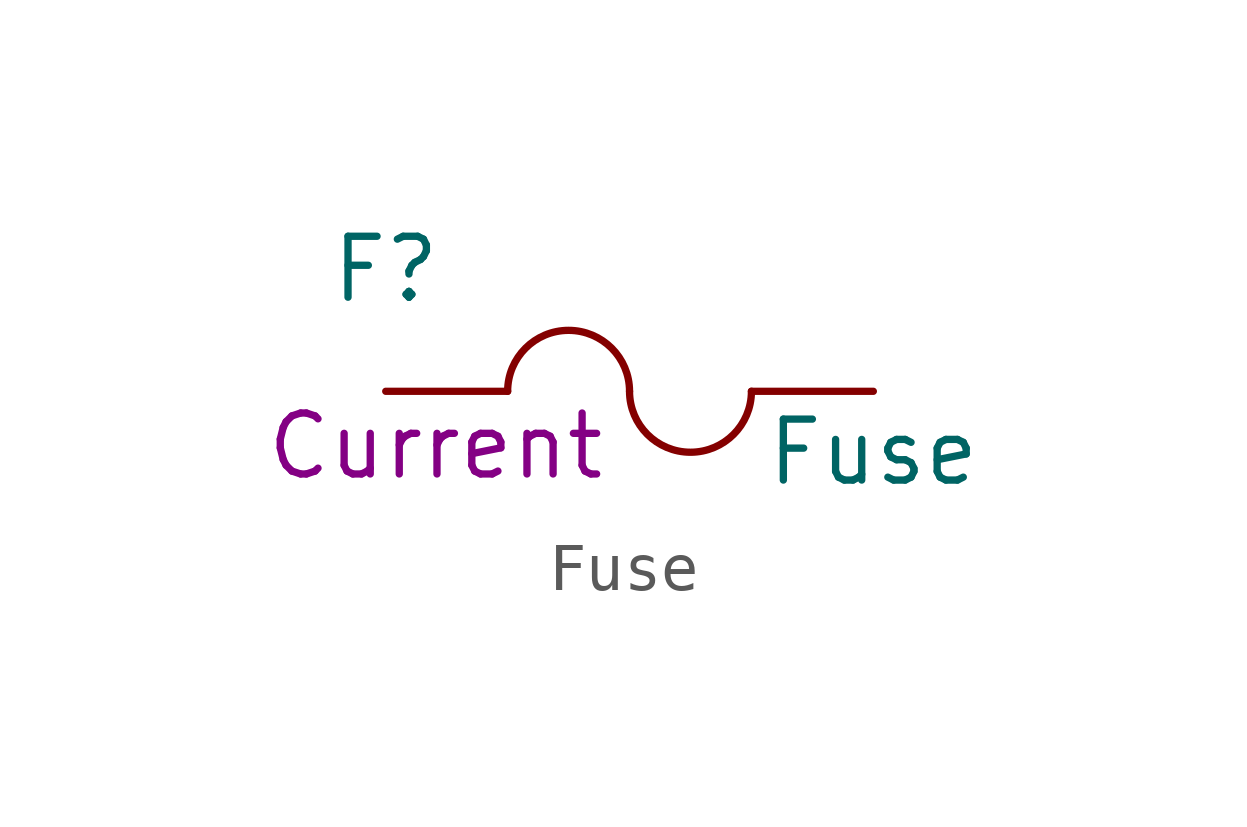
<source format=kicad_sym>
(kicad_symbol_lib
  (version 20211014)
  (generator kicad_symbol_editor)
  (symbol "Fuse"
    (pin_numbers hide)
    (pin_names
      (offset 1.016) hide)
    (property "Reference" "F"
      (at -5.08 2.54 0)
      (effects (font (size 1.27 1.27))))
    (property "Value" "Fuse"
      (at 5.08 -1.27 0)
      (effects (font (size 1.27 1.27))))
    (property "Current" "Current"
      (at -7.62 -1.143 0)
      (effects (font (size 1.27 1.27)) (justify left)))
    (symbol "Fuse_0_1"
      (arc (start 0 0) (mid -1.27 1.27) (end -2.54 0) (stroke (width 0) (type default) (color 0 0 0 0)) (fill (type none)))
      (arc (start 0 0) (mid 1.27 -1.27) (end 2.54 0) (stroke (width 0) (type default) (color 0 0 0 0)) (fill (type none))))
    (symbol "Fuse_1_1"
      (pin bidirectional line (at -5.08 0 0) (length 2.54) (name "In" (effects (font (size 1.27 1.27)))) (number "1" (effects (font (size 1.27 1.27)))))
      (pin bidirectional line (at 5.08 0 180) (length 2.54) (name "Out" (effects (font (size 1.27 1.27)))) (number "2" (effects (font (size 1.27 1.27))))))))
</source>
